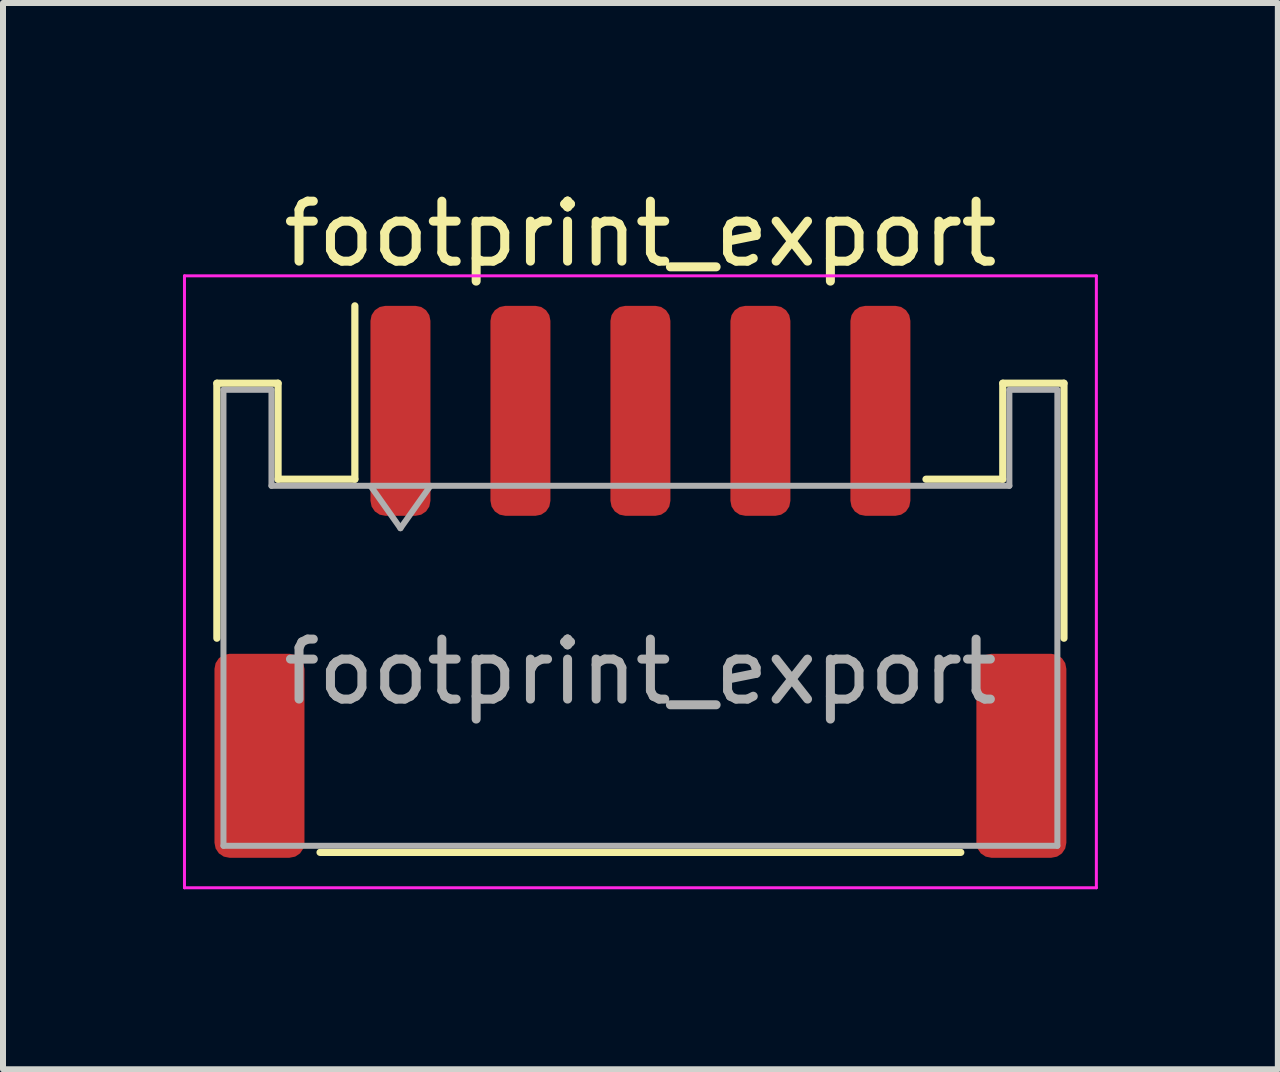
<source format=kicad_pcb>
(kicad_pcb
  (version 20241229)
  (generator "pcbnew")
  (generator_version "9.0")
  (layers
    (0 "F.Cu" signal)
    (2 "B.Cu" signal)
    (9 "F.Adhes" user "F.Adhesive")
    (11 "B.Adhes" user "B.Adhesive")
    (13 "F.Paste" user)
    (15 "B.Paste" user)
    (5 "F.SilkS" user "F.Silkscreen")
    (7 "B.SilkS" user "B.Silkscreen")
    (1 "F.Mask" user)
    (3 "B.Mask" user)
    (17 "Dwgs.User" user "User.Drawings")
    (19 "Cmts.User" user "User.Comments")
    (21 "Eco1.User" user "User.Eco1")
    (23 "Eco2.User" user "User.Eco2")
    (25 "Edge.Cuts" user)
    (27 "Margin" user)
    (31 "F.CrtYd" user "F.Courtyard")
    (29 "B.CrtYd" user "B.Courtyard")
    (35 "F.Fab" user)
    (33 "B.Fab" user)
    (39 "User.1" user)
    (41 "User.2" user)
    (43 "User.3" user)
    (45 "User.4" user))
  (footprint "footprint_export"
    (layer "F.Cu")
    (at 7.625 6.648)
    (property "Reference" "footprint_export" (at 0 -5.8 0) (layer "F.SilkS") (effects (font (size 1 1) (thickness 0.15))))
    (attr smd)
    (fp_line (start -7.06 -3.31) (end -6.04 -3.31) (stroke (width 0.12) (type solid)) (layer "F.SilkS"))
    (fp_line (start -7.06 0.94) (end -7.06 -3.31) (stroke (width 0.12) (type solid)) (layer "F.SilkS"))
    (fp_line (start -6.04 -3.31) (end -6.04 -1.71) (stroke (width 0.12) (type solid)) (layer "F.SilkS"))
    (fp_line (start -6.04 -1.71) (end -4.76 -1.71) (stroke (width 0.12) (type solid)) (layer "F.SilkS"))
    (fp_line (start -5.34 4.51) (end 5.34 4.51) (stroke (width 0.12) (type solid)) (layer "F.SilkS"))
    (fp_line (start -4.76 -1.71) (end -4.76 -4.6) (stroke (width 0.12) (type solid)) (layer "F.SilkS"))
    (fp_line (start 6.04 -3.31) (end 6.04 -1.71) (stroke (width 0.12) (type solid)) (layer "F.SilkS"))
    (fp_line (start 6.04 -1.71) (end 4.76 -1.71) (stroke (width 0.12) (type solid)) (layer "F.SilkS"))
    (fp_line (start 7.06 -3.31) (end 6.04 -3.31) (stroke (width 0.12) (type solid)) (layer "F.SilkS"))
    (fp_line (start 7.06 0.94) (end 7.06 -3.31) (stroke (width 0.12) (type solid)) (layer "F.SilkS"))
    (fp_line (start -7.6 -5.1) (end -7.6 5.1) (stroke (width 0.05) (type solid)) (layer "F.CrtYd"))
    (fp_line (start -7.6 5.1) (end 7.6 5.1) (stroke (width 0.05) (type solid)) (layer "F.CrtYd"))
    (fp_line (start 7.6 -5.1) (end -7.6 -5.1) (stroke (width 0.05) (type solid)) (layer "F.CrtYd"))
    (fp_line (start 7.6 5.1) (end 7.6 -5.1) (stroke (width 0.05) (type solid)) (layer "F.CrtYd"))
    (fp_line (start -6.95 -3.2) (end -6.95 4.4) (stroke (width 0.1) (type solid)) (layer "F.Fab"))
    (fp_line (start -6.95 -3.2) (end -6.15 -3.2) (stroke (width 0.1) (type solid)) (layer "F.Fab"))
    (fp_line (start -6.95 4.4) (end 6.95 4.4) (stroke (width 0.1) (type solid)) (layer "F.Fab"))
    (fp_line (start -6.15 -3.2) (end -6.15 -1.6) (stroke (width 0.1) (type solid)) (layer "F.Fab"))
    (fp_line (start -6.15 -1.6) (end 6.15 -1.6) (stroke (width 0.1) (type solid)) (layer "F.Fab"))
    (fp_line (start -4.5 -1.6) (end -4 -0.893) (stroke (width 0.1) (type solid)) (layer "F.Fab"))
    (fp_line (start -4 -0.893) (end -3.5 -1.6) (stroke (width 0.1) (type solid)) (layer "F.Fab"))
    (fp_line (start 6.15 -3.2) (end 6.95 -3.2) (stroke (width 0.1) (type solid)) (layer "F.Fab"))
    (fp_line (start 6.15 -1.6) (end 6.15 -3.2) (stroke (width 0.1) (type solid)) (layer "F.Fab"))
    (fp_line (start 6.95 -3.2) (end 6.95 4.4) (stroke (width 0.1) (type solid)) (layer "F.Fab"))
    (fp_text user "${REFERENCE}" (at 0 1.5 0) (layer "F.Fab") (effects (font (size 1 1) (thickness 0.15))))
    (pad "1" smd roundrect (at -4 -2.85) (size 1 3.5) (layers "F.Cu" "F.Mask" "F.Paste") (roundrect_rratio 0.25))
    (pad "2" smd roundrect (at -2 -2.85) (size 1 3.5) (layers "F.Cu" "F.Mask" "F.Paste") (roundrect_rratio 0.25))
    (pad "3" smd roundrect (at 0 -2.85) (size 1 3.5) (layers "F.Cu" "F.Mask" "F.Paste") (roundrect_rratio 0.25))
    (pad "4" smd roundrect (at 2 -2.85) (size 1 3.5) (layers "F.Cu" "F.Mask" "F.Paste") (roundrect_rratio 0.25))
    (pad "5" smd roundrect (at 4 -2.85) (size 1 3.5) (layers "F.Cu" "F.Mask" "F.Paste") (roundrect_rratio 0.25))
    (pad "MP" smd roundrect (at -6.35 2.9) (size 1.5 3.4) (layers "F.Cu" "F.Mask" "F.Paste") (roundrect_rratio 0.167))
    (pad "MP" smd roundrect (at 6.35 2.9) (size 1.5 3.4) (layers "F.Cu" "F.Mask" "F.Paste") (roundrect_rratio 0.167)))
  (gr_rect
    (start -3 -3)
    (end 18.25 14.773)
    (stroke (width 0.1) (type default))
    (fill no)
    (layer "Edge.Cuts")))
</source>
